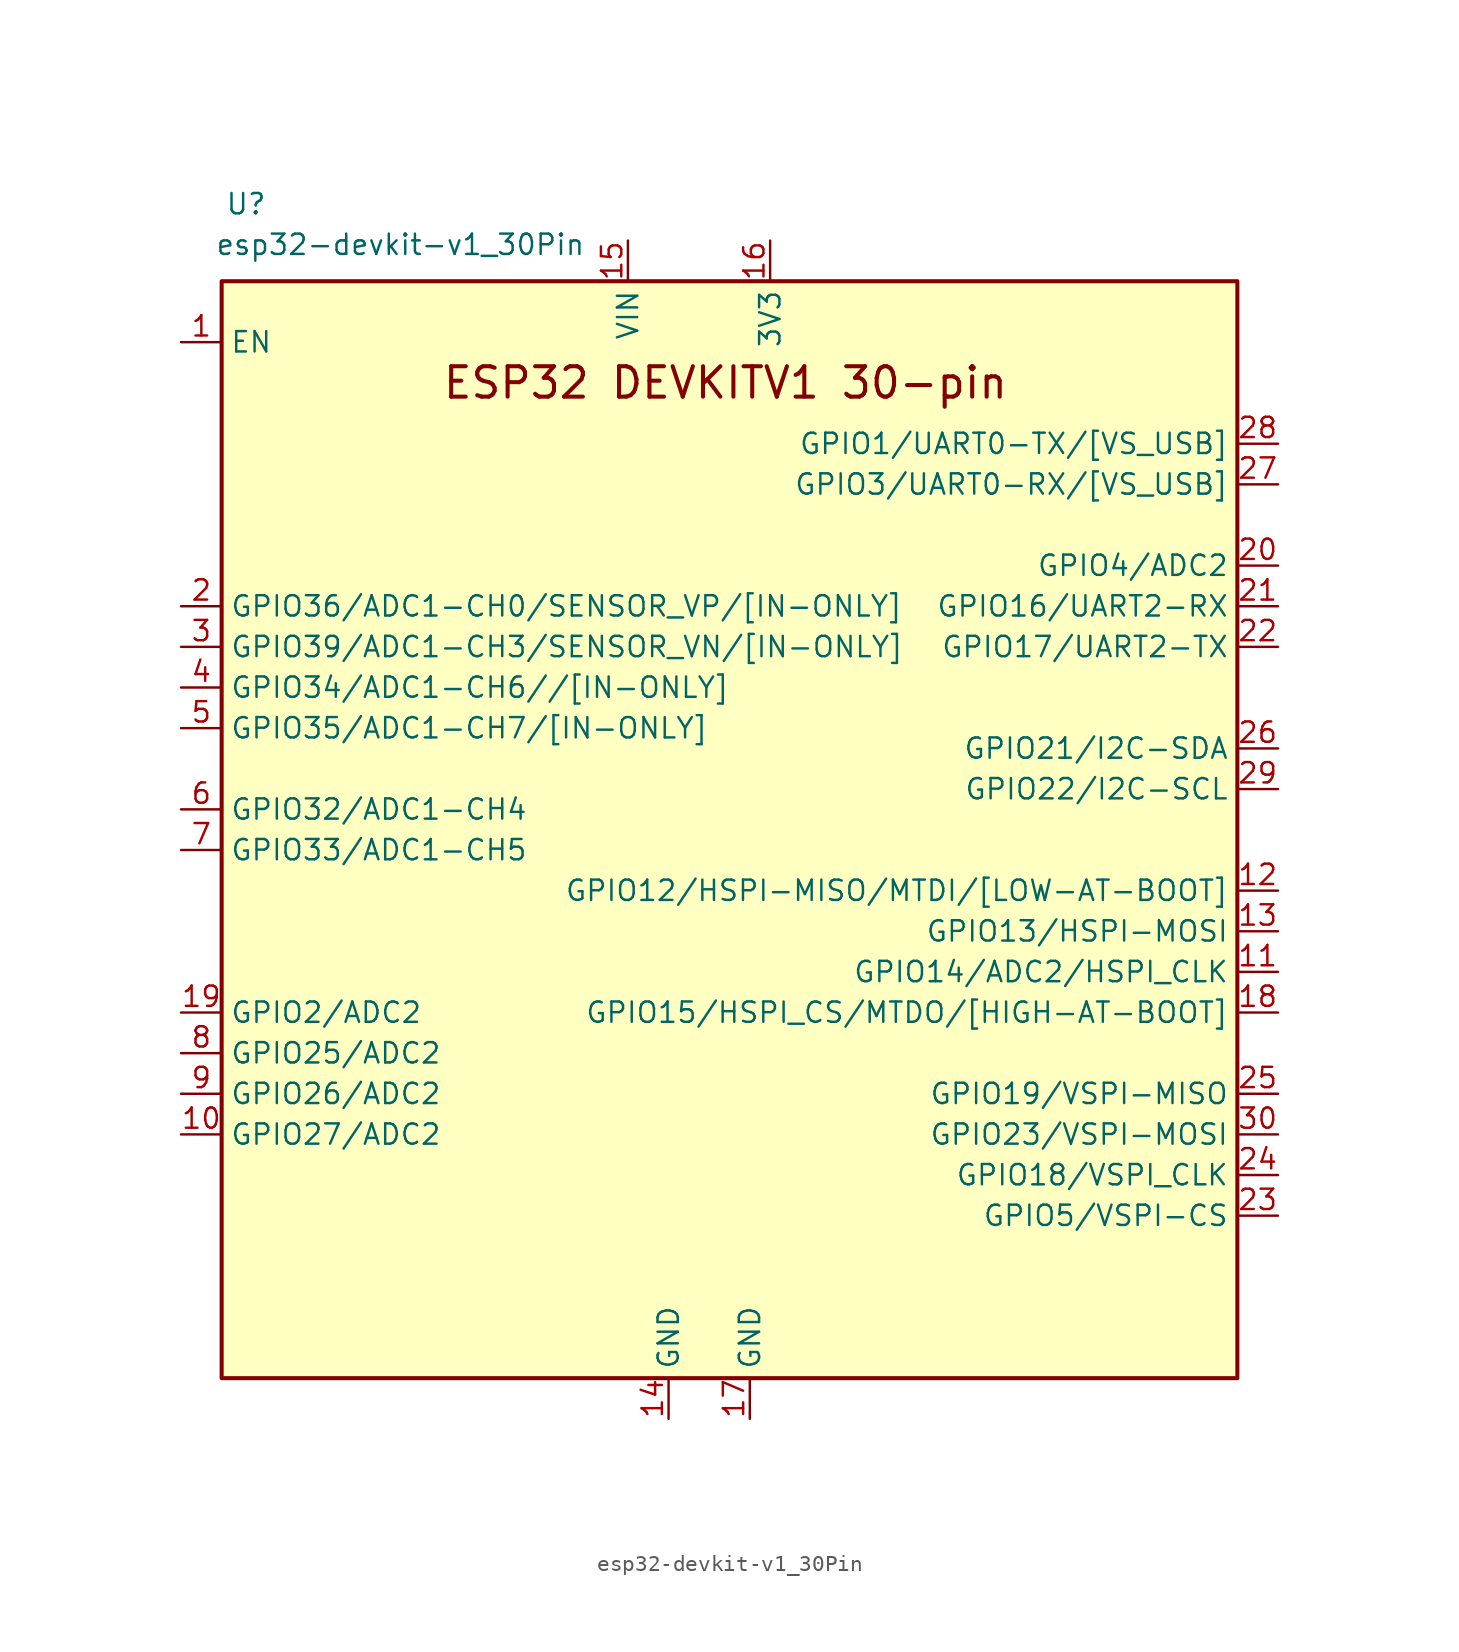
<source format=kicad_sym>
(kicad_symbol_lib
  (version 20231120)
  (generator "kicad_symbol_editor")
  (generator_version "8.0")
  (symbol "esp32-devkit-v1_30Pin"
    (property "Reference" "U"
      (at -11.176 48.006 0)
      (effects (font (size 1.27 1.27))))
    (property "Value" "esp32-devkit-v1_30Pin"
      (at -1.524 45.466 0)
      (effects (font (size 1.27 1.27))))
    (symbol "esp32-devkit-v1_30Pin_1_1"
      (rectangle (start -12.7 43.18) (end 50.8 -25.4) (stroke (width 0.254) (type solid)) (fill (type background)))
      (text "ESP32 DEVKITV1 30-pin" (at 18.796 36.83 0) (effects (font (size 1.9 1.9) (thickness 0.254) (bold yes))))
      (pin input line (at -15.24 39.37 0) (length 2.54) (name "EN" (effects (font (size 1.27 1.27)))) (number "1" (effects (font (size 1.27 1.27)))))
      (pin bidirectional line (at -15.24 -10.16 0) (length 2.54) (name "GPIO27/ADC2" (effects (font (size 1.27 1.27)))) (number "10" (effects (font (size 1.27 1.27)))))
      (pin bidirectional line (at 53.34 0 180) (length 2.54) (name "GPIO14/ADC2/HSPI_CLK" (effects (font (size 1.27 1.27)))) (number "11" (effects (font (size 1.27 1.27)))))
      (pin bidirectional line (at 53.34 5.08 180) (length 2.54) (name "GPIO12/HSPI-MISO/MTDI/[LOW-AT-BOOT]" (effects (font (size 1.27 1.27)))) (number "12" (effects (font (size 1.27 1.27)))))
      (pin bidirectional line (at 53.34 2.54 180) (length 2.54) (name "GPIO13/HSPI-MOSI" (effects (font (size 1.27 1.27)))) (number "13" (effects (font (size 1.27 1.27)))))
      (pin power_in line (at 15.24 -27.94 90) (length 2.54) (name "GND" (effects (font (size 1.27 1.27)))) (number "14" (effects (font (size 1.27 1.27)))))
      (pin power_in line (at 12.7 45.72 270) (length 2.54) (name "VIN" (effects (font (size 1.27 1.27)))) (number "15" (effects (font (size 1.27 1.27)))))
      (pin power_in line (at 21.59 45.72 270) (length 2.54) (name "3V3" (effects (font (size 1.27 1.27)))) (number "16" (effects (font (size 1.27 1.27)))))
      (pin power_in line (at 20.32 -27.94 90) (length 2.54) (name "GND" (effects (font (size 1.27 1.27)))) (number "17" (effects (font (size 1.27 1.27)))))
      (pin bidirectional line (at 53.34 -2.54 180) (length 2.54) (name "GPIO15/HSPI_CS/MTDO/[HIGH-AT-BOOT]" (effects (font (size 1.27 1.27)))) (number "18" (effects (font (size 1.27 1.27)))))
      (pin bidirectional line (at -15.24 -2.54 0) (length 2.54) (name "GPIO2/ADC2" (effects (font (size 1.27 1.27)))) (number "19" (effects (font (size 1.27 1.27)))))
      (pin input line (at -15.24 22.86 0) (length 2.54) (name "GPIO36/ADC1-CH0/SENSOR_VP/[IN-ONLY]" (effects (font (size 1.27 1.27)))) (number "2" (effects (font (size 1.27 1.27)))))
      (pin bidirectional line (at 53.34 25.4 180) (length 2.54) (name "GPIO4/ADC2" (effects (font (size 1.27 1.27)))) (number "20" (effects (font (size 1.27 1.27)))))
      (pin bidirectional line (at 53.34 22.86 180) (length 2.54) (name "GPIO16/UART2-RX" (effects (font (size 1.27 1.27)))) (number "21" (effects (font (size 1.27 1.27)))))
      (pin bidirectional line (at 53.34 20.32 180) (length 2.54) (name "GPIO17/UART2-TX" (effects (font (size 1.27 1.27)))) (number "22" (effects (font (size 1.27 1.27)))))
      (pin bidirectional line (at 53.34 -15.24 180) (length 2.54) (name "GPIO5/VSPI-CS" (effects (font (size 1.27 1.27)))) (number "23" (effects (font (size 1.27 1.27)))))
      (pin bidirectional line (at 53.34 -12.7 180) (length 2.54) (name "GPIO18/VSPI_CLK" (effects (font (size 1.27 1.27)))) (number "24" (effects (font (size 1.27 1.27)))))
      (pin bidirectional line (at 53.34 -7.62 180) (length 2.54) (name "GPIO19/VSPI-MISO" (effects (font (size 1.27 1.27)))) (number "25" (effects (font (size 1.27 1.27)))))
      (pin bidirectional line (at 53.34 13.97 180) (length 2.54) (name "GPIO21/I2C-SDA" (effects (font (size 1.27 1.27)))) (number "26" (effects (font (size 1.27 1.27)))))
      (pin bidirectional line (at 53.34 30.48 180) (length 2.54) (name "GPIO3/UART0-RX/[VS_USB]" (effects (font (size 1.27 1.27)))) (number "27" (effects (font (size 1.27 1.27)))))
      (pin bidirectional line (at 53.34 33.02 180) (length 2.54) (name "GPIO1/UART0-TX/[VS_USB]" (effects (font (size 1.27 1.27)))) (number "28" (effects (font (size 1.27 1.27)))))
      (pin bidirectional line (at 53.34 11.43 180) (length 2.54) (name "GPIO22/I2C-SCL" (effects (font (size 1.27 1.27)))) (number "29" (effects (font (size 1.27 1.27)))))
      (pin input line (at -15.24 20.32 0) (length 2.54) (name "GPIO39/ADC1-CH3/SENSOR_VN/[IN-ONLY]" (effects (font (size 1.27 1.27)))) (number "3" (effects (font (size 1.27 1.27)))))
      (pin bidirectional line (at 53.34 -10.16 180) (length 2.54) (name "GPIO23/VSPI-MOSI" (effects (font (size 1.27 1.27)))) (number "30" (effects (font (size 1.27 1.27)))))
      (pin input line (at -15.24 17.78 0) (length 2.54) (name "GPIO34/ADC1-CH6//[IN-ONLY]" (effects (font (size 1.27 1.27)))) (number "4" (effects (font (size 1.27 1.27)))))
      (pin input line (at -15.24 15.24 0) (length 2.54) (name "GPIO35/ADC1-CH7/[IN-ONLY]" (effects (font (size 1.27 1.27)))) (number "5" (effects (font (size 1.27 1.27)))))
      (pin bidirectional line (at -15.24 10.16 0) (length 2.54) (name "GPIO32/ADC1-CH4" (effects (font (size 1.27 1.27)))) (number "6" (effects (font (size 1.27 1.27)))))
      (pin bidirectional line (at -15.24 7.62 0) (length 2.54) (name "GPIO33/ADC1-CH5" (effects (font (size 1.27 1.27)))) (number "7" (effects (font (size 1.27 1.27)))))
      (pin bidirectional line (at -15.24 -5.08 0) (length 2.54) (name "GPIO25/ADC2" (effects (font (size 1.27 1.27)))) (number "8" (effects (font (size 1.27 1.27)))))
      (pin bidirectional line (at -15.24 -7.62 0) (length 2.54) (name "GPIO26/ADC2" (effects (font (size 1.27 1.27)))) (number "9" (effects (font (size 1.27 1.27))))))))
</source>
